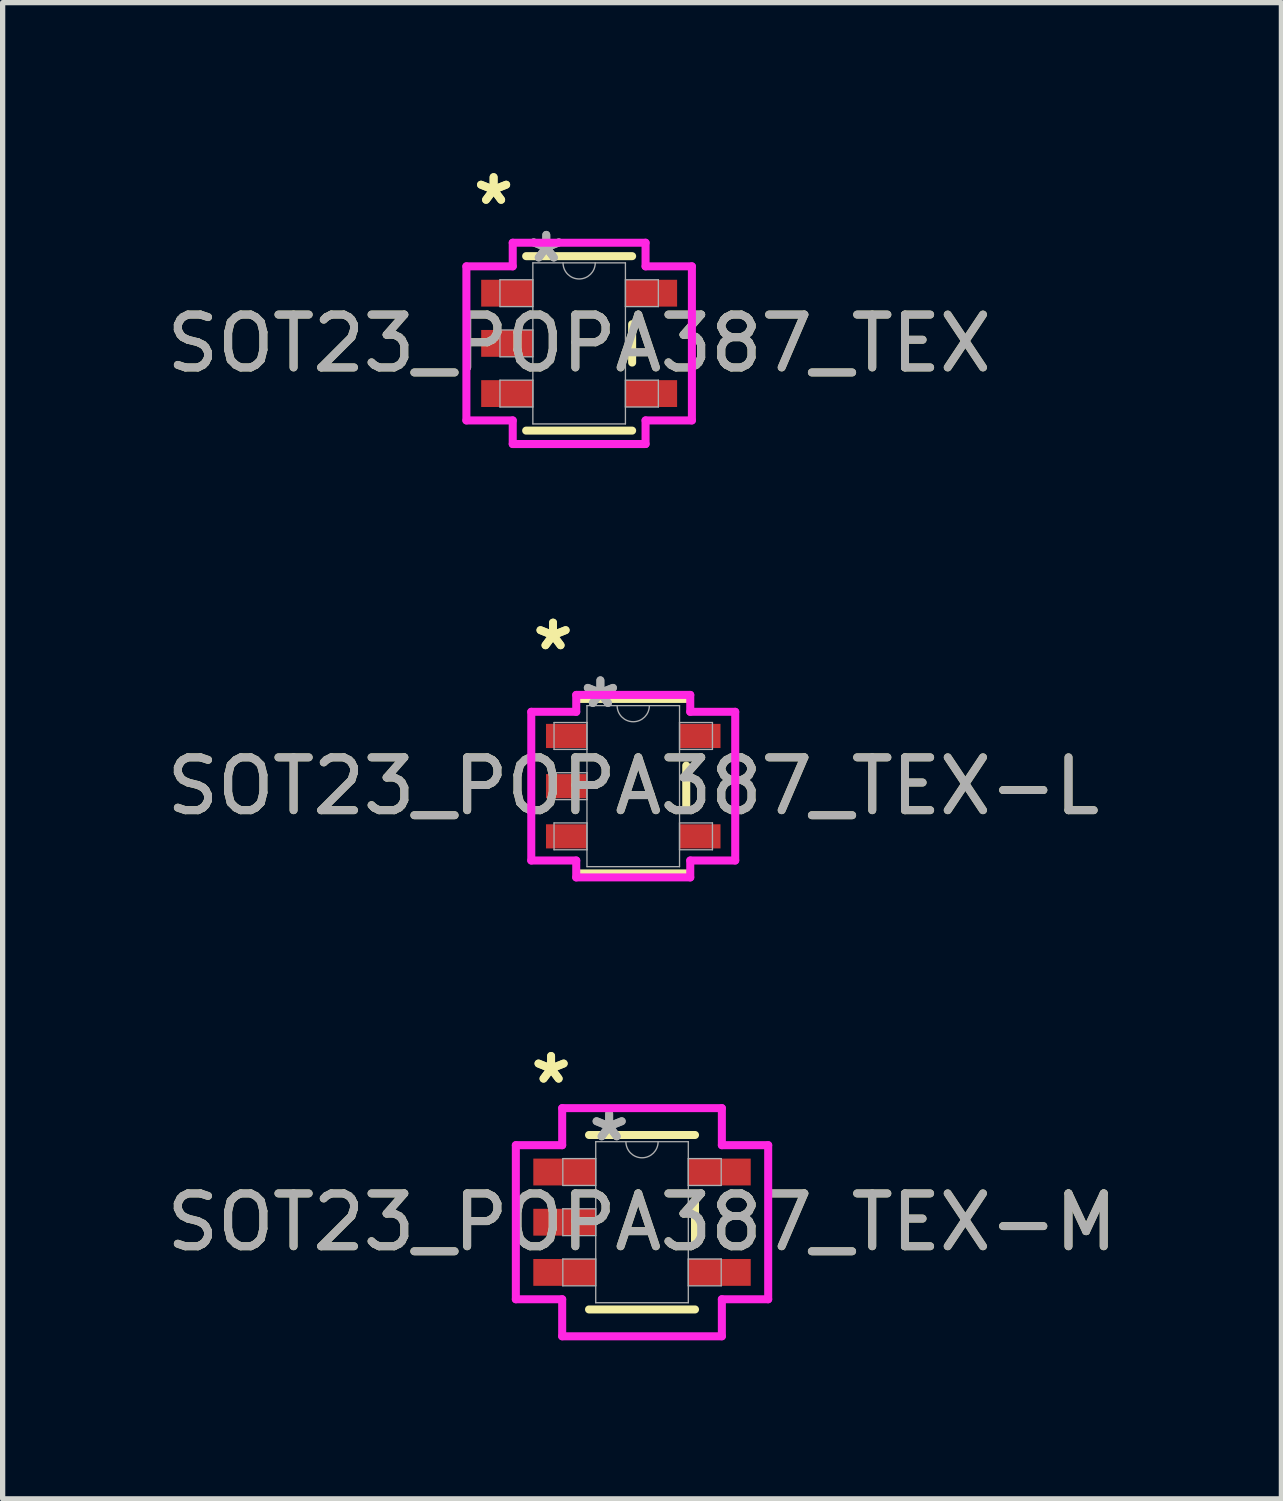
<source format=kicad_pcb>
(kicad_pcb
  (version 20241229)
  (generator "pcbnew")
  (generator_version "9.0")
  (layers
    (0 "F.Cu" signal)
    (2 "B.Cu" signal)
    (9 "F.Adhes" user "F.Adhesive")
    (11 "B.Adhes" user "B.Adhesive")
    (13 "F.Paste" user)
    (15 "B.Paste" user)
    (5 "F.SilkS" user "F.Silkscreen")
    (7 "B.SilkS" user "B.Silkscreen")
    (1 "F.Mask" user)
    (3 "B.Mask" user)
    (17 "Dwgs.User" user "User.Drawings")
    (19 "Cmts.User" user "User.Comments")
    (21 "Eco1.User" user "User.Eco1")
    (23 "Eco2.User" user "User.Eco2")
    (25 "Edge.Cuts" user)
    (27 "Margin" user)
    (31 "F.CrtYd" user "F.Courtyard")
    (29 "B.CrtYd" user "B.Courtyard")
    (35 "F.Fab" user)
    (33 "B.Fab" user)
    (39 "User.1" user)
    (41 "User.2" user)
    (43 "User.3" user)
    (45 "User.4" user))
  (footprint "SOT23_POPA387_TEX"
    (layer "F.Cu")
    (at 7.911 3.449)
    (property "Reference" "SOT23_POPA387_TEX" (at 0 0 0) (unlocked yes) (layer "F.SilkS") (effects (font (size 1 1) (thickness 0.15))))
    (attr smd)
    (fp_line (start -1.003 1.651) (end 1.003 1.651) (stroke (width 0.152) (type solid)) (layer "F.SilkS"))
    (fp_line (start 1.003 -1.651) (end -1.003 -1.651) (stroke (width 0.152) (type solid)) (layer "F.SilkS"))
    (fp_line (start 1.003 0.363) (end 1.003 -0.363) (stroke (width 0.152) (type solid)) (layer "F.SilkS"))
    (fp_line (start -2.134 -1.458) (end -1.257 -1.458) (stroke (width 0.152) (type solid)) (layer "F.CrtYd"))
    (fp_line (start -2.134 1.458) (end -2.134 -1.458) (stroke (width 0.152) (type solid)) (layer "F.CrtYd"))
    (fp_line (start -1.257 -1.905) (end 1.257 -1.905) (stroke (width 0.152) (type solid)) (layer "F.CrtYd"))
    (fp_line (start -1.257 -1.458) (end -1.257 -1.905) (stroke (width 0.152) (type solid)) (layer "F.CrtYd"))
    (fp_line (start -1.257 1.458) (end -2.134 1.458) (stroke (width 0.152) (type solid)) (layer "F.CrtYd"))
    (fp_line (start -1.257 1.905) (end -1.257 1.458) (stroke (width 0.152) (type solid)) (layer "F.CrtYd"))
    (fp_line (start 1.257 -1.905) (end 1.257 -1.458) (stroke (width 0.152) (type solid)) (layer "F.CrtYd"))
    (fp_line (start 1.257 -1.458) (end 2.134 -1.458) (stroke (width 0.152) (type solid)) (layer "F.CrtYd"))
    (fp_line (start 1.257 1.458) (end 1.257 1.905) (stroke (width 0.152) (type solid)) (layer "F.CrtYd"))
    (fp_line (start 1.257 1.905) (end -1.257 1.905) (stroke (width 0.152) (type solid)) (layer "F.CrtYd"))
    (fp_line (start 2.134 -1.458) (end 2.134 1.458) (stroke (width 0.152) (type solid)) (layer "F.CrtYd"))
    (fp_line (start 2.134 1.458) (end 1.257 1.458) (stroke (width 0.152) (type solid)) (layer "F.CrtYd"))
    (fp_line (start -1.499 -1.204) (end -1.499 -0.696) (stroke (width 0.025) (type solid)) (layer "F.Fab"))
    (fp_line (start -1.499 -0.696) (end -0.876 -0.696) (stroke (width 0.025) (type solid)) (layer "F.Fab"))
    (fp_line (start -1.499 -0.254) (end -1.499 0.254) (stroke (width 0.025) (type solid)) (layer "F.Fab"))
    (fp_line (start -1.499 0.254) (end -0.876 0.254) (stroke (width 0.025) (type solid)) (layer "F.Fab"))
    (fp_line (start -1.499 0.696) (end -1.499 1.204) (stroke (width 0.025) (type solid)) (layer "F.Fab"))
    (fp_line (start -1.499 1.204) (end -0.876 1.204) (stroke (width 0.025) (type solid)) (layer "F.Fab"))
    (fp_line (start -0.876 -1.524) (end -0.876 1.524) (stroke (width 0.025) (type solid)) (layer "F.Fab"))
    (fp_line (start -0.876 -1.204) (end -1.499 -1.204) (stroke (width 0.025) (type solid)) (layer "F.Fab"))
    (fp_line (start -0.876 -0.696) (end -0.876 -1.204) (stroke (width 0.025) (type solid)) (layer "F.Fab"))
    (fp_line (start -0.876 -0.254) (end -1.499 -0.254) (stroke (width 0.025) (type solid)) (layer "F.Fab"))
    (fp_line (start -0.876 0.254) (end -0.876 -0.254) (stroke (width 0.025) (type solid)) (layer "F.Fab"))
    (fp_line (start -0.876 0.696) (end -1.499 0.696) (stroke (width 0.025) (type solid)) (layer "F.Fab"))
    (fp_line (start -0.876 1.204) (end -0.876 0.696) (stroke (width 0.025) (type solid)) (layer "F.Fab"))
    (fp_line (start -0.876 1.524) (end 0.876 1.524) (stroke (width 0.025) (type solid)) (layer "F.Fab"))
    (fp_line (start 0.876 -1.524) (end -0.876 -1.524) (stroke (width 0.025) (type solid)) (layer "F.Fab"))
    (fp_line (start 0.876 -1.204) (end 0.876 -0.696) (stroke (width 0.025) (type solid)) (layer "F.Fab"))
    (fp_line (start 0.876 -0.696) (end 1.499 -0.696) (stroke (width 0.025) (type solid)) (layer "F.Fab"))
    (fp_line (start 0.876 0.696) (end 0.876 1.204) (stroke (width 0.025) (type solid)) (layer "F.Fab"))
    (fp_line (start 0.876 1.204) (end 1.499 1.204) (stroke (width 0.025) (type solid)) (layer "F.Fab"))
    (fp_line (start 0.876 1.524) (end 0.876 -1.524) (stroke (width 0.025) (type solid)) (layer "F.Fab"))
    (fp_line (start 1.499 -1.204) (end 0.876 -1.204) (stroke (width 0.025) (type solid)) (layer "F.Fab"))
    (fp_line (start 1.499 -0.696) (end 1.499 -1.204) (stroke (width 0.025) (type solid)) (layer "F.Fab"))
    (fp_line (start 1.499 0.696) (end 0.876 0.696) (stroke (width 0.025) (type solid)) (layer "F.Fab"))
    (fp_line (start 1.499 1.204) (end 1.499 0.696) (stroke (width 0.025) (type solid)) (layer "F.Fab"))
    (fp_arc (start 0.3048 -1.524) (mid 0 -1.2192) (end -0.3048 -1.524) (stroke (width 0.0254) (type solid)) (layer "F.Fab"))
    (fp_text user "*" (at -1.619 -2.601 0) (unlocked yes) (layer "F.SilkS") (effects (font (size 1 1) (thickness 0.15))))
    (fp_text user "*" (at -1.619 -2.601 0) (layer "F.SilkS") (effects (font (size 1 1) (thickness 0.15))))
    (fp_text user "*" (at -0.622 -1.509 0) (layer "F.Fab") (effects (font (size 1 1) (thickness 0.15))))
    (fp_text user "*" (at -0.622 -1.509 0) (unlocked yes) (layer "F.Fab") (effects (font (size 1 1) (thickness 0.15))))
    (fp_text user "${REFERENCE}" (at 0 0 0) (unlocked yes) (layer "F.Fab") (effects (font (size 1 1) (thickness 0.15))))
    (pad "1" smd rect (at -1.365 -0.95) (size 0.978 0.508) (layers "F.Cu" "F.Mask" "F.Paste"))
    (pad "2" smd rect (at -1.365 0) (size 0.978 0.508) (layers "F.Cu" "F.Mask" "F.Paste"))
    (pad "3" smd rect (at -1.365 0.95) (size 0.978 0.508) (layers "F.Cu" "F.Mask" "F.Paste"))
    (pad "4" smd rect (at 1.365 0.95) (size 0.978 0.508) (layers "F.Cu" "F.Mask" "F.Paste"))
    (pad "5" smd rect (at 1.365 -0.95) (size 0.978 0.508) (layers "F.Cu" "F.Mask" "F.Paste")))
  (footprint "SOT23_POPA387_TEX-L"
    (layer "F.Cu")
    (at 8.935 11.829)
    (property "Reference" "SOT23_POPA387_TEX-L" (at 0 0 0) (unlocked yes) (layer "F.SilkS") (effects (font (size 1 1) (thickness 0.15))))
    (attr smd)
    (fp_line (start -1.003 1.651) (end 1.003 1.651) (stroke (width 0.152) (type solid)) (layer "F.SilkS"))
    (fp_line (start 1.003 -1.651) (end -1.003 -1.651) (stroke (width 0.152) (type solid)) (layer "F.SilkS"))
    (fp_line (start 1.003 0.389) (end 1.003 -0.389) (stroke (width 0.152) (type solid)) (layer "F.SilkS"))
    (fp_line (start -1.93 -1.407) (end -1.079 -1.407) (stroke (width 0.152) (type solid)) (layer "F.CrtYd"))
    (fp_line (start -1.93 1.407) (end -1.93 -1.407) (stroke (width 0.152) (type solid)) (layer "F.CrtYd"))
    (fp_line (start -1.079 -1.727) (end 1.079 -1.727) (stroke (width 0.152) (type solid)) (layer "F.CrtYd"))
    (fp_line (start -1.079 -1.407) (end -1.079 -1.727) (stroke (width 0.152) (type solid)) (layer "F.CrtYd"))
    (fp_line (start -1.079 1.407) (end -1.93 1.407) (stroke (width 0.152) (type solid)) (layer "F.CrtYd"))
    (fp_line (start -1.079 1.727) (end -1.079 1.407) (stroke (width 0.152) (type solid)) (layer "F.CrtYd"))
    (fp_line (start 1.079 -1.727) (end 1.079 -1.407) (stroke (width 0.152) (type solid)) (layer "F.CrtYd"))
    (fp_line (start 1.079 -1.407) (end 1.93 -1.407) (stroke (width 0.152) (type solid)) (layer "F.CrtYd"))
    (fp_line (start 1.079 1.407) (end 1.079 1.727) (stroke (width 0.152) (type solid)) (layer "F.CrtYd"))
    (fp_line (start 1.079 1.727) (end -1.079 1.727) (stroke (width 0.152) (type solid)) (layer "F.CrtYd"))
    (fp_line (start 1.93 -1.407) (end 1.93 1.407) (stroke (width 0.152) (type solid)) (layer "F.CrtYd"))
    (fp_line (start 1.93 1.407) (end 1.079 1.407) (stroke (width 0.152) (type solid)) (layer "F.CrtYd"))
    (fp_line (start -1.499 -1.204) (end -1.499 -0.696) (stroke (width 0.025) (type solid)) (layer "F.Fab"))
    (fp_line (start -1.499 -0.696) (end -0.876 -0.696) (stroke (width 0.025) (type solid)) (layer "F.Fab"))
    (fp_line (start -1.499 -0.254) (end -1.499 0.254) (stroke (width 0.025) (type solid)) (layer "F.Fab"))
    (fp_line (start -1.499 0.254) (end -0.876 0.254) (stroke (width 0.025) (type solid)) (layer "F.Fab"))
    (fp_line (start -1.499 0.696) (end -1.499 1.204) (stroke (width 0.025) (type solid)) (layer "F.Fab"))
    (fp_line (start -1.499 1.204) (end -0.876 1.204) (stroke (width 0.025) (type solid)) (layer "F.Fab"))
    (fp_line (start -0.876 -1.524) (end -0.876 1.524) (stroke (width 0.025) (type solid)) (layer "F.Fab"))
    (fp_line (start -0.876 -1.204) (end -1.499 -1.204) (stroke (width 0.025) (type solid)) (layer "F.Fab"))
    (fp_line (start -0.876 -0.696) (end -0.876 -1.204) (stroke (width 0.025) (type solid)) (layer "F.Fab"))
    (fp_line (start -0.876 -0.254) (end -1.499 -0.254) (stroke (width 0.025) (type solid)) (layer "F.Fab"))
    (fp_line (start -0.876 0.254) (end -0.876 -0.254) (stroke (width 0.025) (type solid)) (layer "F.Fab"))
    (fp_line (start -0.876 0.696) (end -1.499 0.696) (stroke (width 0.025) (type solid)) (layer "F.Fab"))
    (fp_line (start -0.876 1.204) (end -0.876 0.696) (stroke (width 0.025) (type solid)) (layer "F.Fab"))
    (fp_line (start -0.876 1.524) (end 0.876 1.524) (stroke (width 0.025) (type solid)) (layer "F.Fab"))
    (fp_line (start 0.876 -1.524) (end -0.876 -1.524) (stroke (width 0.025) (type solid)) (layer "F.Fab"))
    (fp_line (start 0.876 -1.204) (end 0.876 -0.696) (stroke (width 0.025) (type solid)) (layer "F.Fab"))
    (fp_line (start 0.876 -0.696) (end 1.499 -0.696) (stroke (width 0.025) (type solid)) (layer "F.Fab"))
    (fp_line (start 0.876 0.696) (end 0.876 1.204) (stroke (width 0.025) (type solid)) (layer "F.Fab"))
    (fp_line (start 0.876 1.204) (end 1.499 1.204) (stroke (width 0.025) (type solid)) (layer "F.Fab"))
    (fp_line (start 0.876 1.524) (end 0.876 -1.524) (stroke (width 0.025) (type solid)) (layer "F.Fab"))
    (fp_line (start 1.499 -1.204) (end 0.876 -1.204) (stroke (width 0.025) (type solid)) (layer "F.Fab"))
    (fp_line (start 1.499 -0.696) (end 1.499 -1.204) (stroke (width 0.025) (type solid)) (layer "F.Fab"))
    (fp_line (start 1.499 0.696) (end 0.876 0.696) (stroke (width 0.025) (type solid)) (layer "F.Fab"))
    (fp_line (start 1.499 1.204) (end 1.499 0.696) (stroke (width 0.025) (type solid)) (layer "F.Fab"))
    (fp_arc (start 0.3048 -1.524) (mid 0 -1.2192) (end -0.3048 -1.524) (stroke (width 0.0254) (type solid)) (layer "F.Fab"))
    (fp_text user "*" (at -1.518 -2.55 0) (unlocked yes) (layer "F.SilkS") (effects (font (size 1 1) (thickness 0.15))))
    (fp_text user "*" (at -1.518 -2.55 0) (layer "F.SilkS") (effects (font (size 1 1) (thickness 0.15))))
    (fp_text user "*" (at -0.622 -1.458 0) (unlocked yes) (layer "F.Fab") (effects (font (size 1 1) (thickness 0.15))))
    (fp_text user "${REFERENCE}" (at 0 0 0) (unlocked yes) (layer "F.Fab") (effects (font (size 1 1) (thickness 0.15))))
    (fp_text user "*" (at -0.622 -1.458 0) (layer "F.Fab") (effects (font (size 1 1) (thickness 0.15))))
    (pad "1" smd rect (at -1.264 -0.95) (size 0.775 0.457) (layers "F.Cu" "F.Mask" "F.Paste"))
    (pad "2" smd rect (at -1.264 0) (size 0.775 0.457) (layers "F.Cu" "F.Mask" "F.Paste"))
    (pad "3" smd rect (at -1.264 0.95) (size 0.775 0.457) (layers "F.Cu" "F.Mask" "F.Paste"))
    (pad "4" smd rect (at 1.264 0.95) (size 0.775 0.457) (layers "F.Cu" "F.Mask" "F.Paste"))
    (pad "5" smd rect (at 1.264 -0.95) (size 0.775 0.457) (layers "F.Cu" "F.Mask" "F.Paste")))
  (footprint "SOT23_POPA387_TEX-M"
    (layer "F.Cu")
    (at 9.101 20.082)
    (property "Reference" "SOT23_POPA387_TEX-M" (at 0 0 0) (unlocked yes) (layer "F.SilkS") (effects (font (size 1 1) (thickness 0.15))))
    (attr smd)
    (fp_line (start -1.003 1.651) (end 1.003 1.651) (stroke (width 0.152) (type solid)) (layer "F.SilkS"))
    (fp_line (start 1.003 -1.651) (end -1.003 -1.651) (stroke (width 0.152) (type solid)) (layer "F.SilkS"))
    (fp_line (start 1.003 0.363) (end 1.003 -0.363) (stroke (width 0.152) (type solid)) (layer "F.SilkS"))
    (fp_line (start -2.388 -1.458) (end -1.511 -1.458) (stroke (width 0.152) (type solid)) (layer "F.CrtYd"))
    (fp_line (start -2.388 1.458) (end -2.388 -1.458) (stroke (width 0.152) (type solid)) (layer "F.CrtYd"))
    (fp_line (start -1.511 -2.159) (end 1.511 -2.159) (stroke (width 0.152) (type solid)) (layer "F.CrtYd"))
    (fp_line (start -1.511 -1.458) (end -1.511 -2.159) (stroke (width 0.152) (type solid)) (layer "F.CrtYd"))
    (fp_line (start -1.511 1.458) (end -2.388 1.458) (stroke (width 0.152) (type solid)) (layer "F.CrtYd"))
    (fp_line (start -1.511 2.159) (end -1.511 1.458) (stroke (width 0.152) (type solid)) (layer "F.CrtYd"))
    (fp_line (start 1.511 -2.159) (end 1.511 -1.458) (stroke (width 0.152) (type solid)) (layer "F.CrtYd"))
    (fp_line (start 1.511 -1.458) (end 2.388 -1.458) (stroke (width 0.152) (type solid)) (layer "F.CrtYd"))
    (fp_line (start 1.511 1.458) (end 1.511 2.159) (stroke (width 0.152) (type solid)) (layer "F.CrtYd"))
    (fp_line (start 1.511 2.159) (end -1.511 2.159) (stroke (width 0.152) (type solid)) (layer "F.CrtYd"))
    (fp_line (start 2.388 -1.458) (end 2.388 1.458) (stroke (width 0.152) (type solid)) (layer "F.CrtYd"))
    (fp_line (start 2.388 1.458) (end 1.511 1.458) (stroke (width 0.152) (type solid)) (layer "F.CrtYd"))
    (fp_line (start -1.499 -1.204) (end -1.499 -0.696) (stroke (width 0.025) (type solid)) (layer "F.Fab"))
    (fp_line (start -1.499 -0.696) (end -0.876 -0.696) (stroke (width 0.025) (type solid)) (layer "F.Fab"))
    (fp_line (start -1.499 -0.254) (end -1.499 0.254) (stroke (width 0.025) (type solid)) (layer "F.Fab"))
    (fp_line (start -1.499 0.254) (end -0.876 0.254) (stroke (width 0.025) (type solid)) (layer "F.Fab"))
    (fp_line (start -1.499 0.696) (end -1.499 1.204) (stroke (width 0.025) (type solid)) (layer "F.Fab"))
    (fp_line (start -1.499 1.204) (end -0.876 1.204) (stroke (width 0.025) (type solid)) (layer "F.Fab"))
    (fp_line (start -0.876 -1.524) (end -0.876 1.524) (stroke (width 0.025) (type solid)) (layer "F.Fab"))
    (fp_line (start -0.876 -1.204) (end -1.499 -1.204) (stroke (width 0.025) (type solid)) (layer "F.Fab"))
    (fp_line (start -0.876 -0.696) (end -0.876 -1.204) (stroke (width 0.025) (type solid)) (layer "F.Fab"))
    (fp_line (start -0.876 -0.254) (end -1.499 -0.254) (stroke (width 0.025) (type solid)) (layer "F.Fab"))
    (fp_line (start -0.876 0.254) (end -0.876 -0.254) (stroke (width 0.025) (type solid)) (layer "F.Fab"))
    (fp_line (start -0.876 0.696) (end -1.499 0.696) (stroke (width 0.025) (type solid)) (layer "F.Fab"))
    (fp_line (start -0.876 1.204) (end -0.876 0.696) (stroke (width 0.025) (type solid)) (layer "F.Fab"))
    (fp_line (start -0.876 1.524) (end 0.876 1.524) (stroke (width 0.025) (type solid)) (layer "F.Fab"))
    (fp_line (start 0.876 -1.524) (end -0.876 -1.524) (stroke (width 0.025) (type solid)) (layer "F.Fab"))
    (fp_line (start 0.876 -1.204) (end 0.876 -0.696) (stroke (width 0.025) (type solid)) (layer "F.Fab"))
    (fp_line (start 0.876 -0.696) (end 1.499 -0.696) (stroke (width 0.025) (type solid)) (layer "F.Fab"))
    (fp_line (start 0.876 0.696) (end 0.876 1.204) (stroke (width 0.025) (type solid)) (layer "F.Fab"))
    (fp_line (start 0.876 1.204) (end 1.499 1.204) (stroke (width 0.025) (type solid)) (layer "F.Fab"))
    (fp_line (start 0.876 1.524) (end 0.876 -1.524) (stroke (width 0.025) (type solid)) (layer "F.Fab"))
    (fp_line (start 1.499 -1.204) (end 0.876 -1.204) (stroke (width 0.025) (type solid)) (layer "F.Fab"))
    (fp_line (start 1.499 -0.696) (end 1.499 -1.204) (stroke (width 0.025) (type solid)) (layer "F.Fab"))
    (fp_line (start 1.499 0.696) (end 0.876 0.696) (stroke (width 0.025) (type solid)) (layer "F.Fab"))
    (fp_line (start 1.499 1.204) (end 1.499 0.696) (stroke (width 0.025) (type solid)) (layer "F.Fab"))
    (fp_arc (start 0.3048 -1.524) (mid 0 -1.2192) (end -0.3048 -1.524) (stroke (width 0.0254) (type solid)) (layer "F.Fab"))
    (fp_text user "*" (at -1.721 -2.601 0) (layer "F.SilkS") (effects (font (size 1 1) (thickness 0.15))))
    (fp_text user "*" (at -1.721 -2.601 0) (unlocked yes) (layer "F.SilkS") (effects (font (size 1 1) (thickness 0.15))))
    (fp_text user "${REFERENCE}" (at 0 0 0) (unlocked yes) (layer "F.Fab") (effects (font (size 1 1) (thickness 0.15))))
    (fp_text user "*" (at -0.622 -1.509 0) (unlocked yes) (layer "F.Fab") (effects (font (size 1 1) (thickness 0.15))))
    (fp_text user "*" (at -0.622 -1.509 0) (layer "F.Fab") (effects (font (size 1 1) (thickness 0.15))))
    (pad "1" smd rect (at -1.467 -0.95) (size 1.181 0.508) (layers "F.Cu" "F.Mask" "F.Paste"))
    (pad "2" smd rect (at -1.467 0) (size 1.181 0.508) (layers "F.Cu" "F.Mask" "F.Paste"))
    (pad "3" smd rect (at -1.467 0.95) (size 1.181 0.508) (layers "F.Cu" "F.Mask" "F.Paste"))
    (pad "4" smd rect (at 1.467 0.95) (size 1.181 0.508) (layers "F.Cu" "F.Mask" "F.Paste"))
    (pad "5" smd rect (at 1.467 -0.95) (size 1.181 0.508) (layers "F.Cu" "F.Mask" "F.Paste")))
  (gr_rect
    (start -3 -3)
    (end 21.202 25.317)
    (stroke (width 0.1) (type default))
    (fill no)
    (layer "Edge.Cuts")))
</source>
